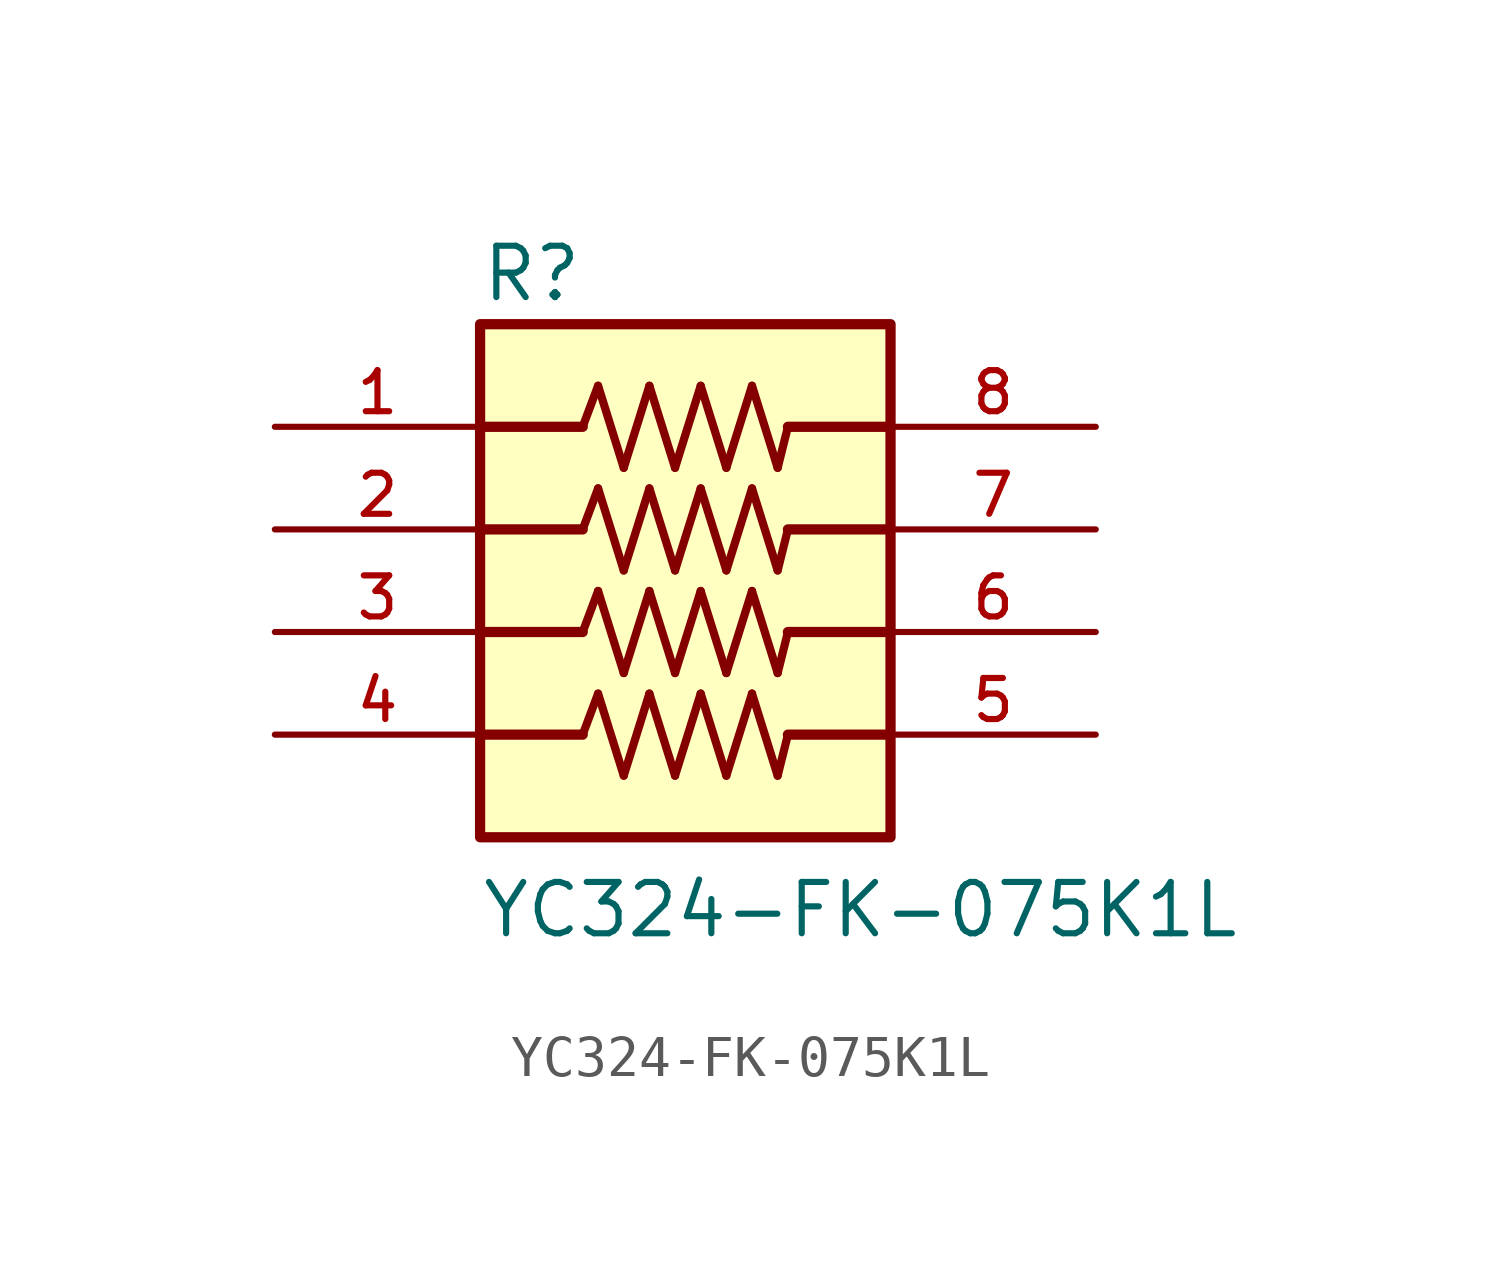
<source format=kicad_sym>
(kicad_symbol_lib
  (version 20211014)
  (generator kicad_symbol_editor)
  (symbol "YC324-FK-075K1L"
    (pin_names
      (offset 1.016))
    (property "Reference" "R"
      (at -5.08 8.128 0)
      (effects (font (size 1.27 1.27)) (justify bottom left)))
    (property "Value" "YC324-FK-075K1L"
      (at -5.08 -7.62 0)
      (effects (font (size 1.27 1.27)) (justify bottom left)))
    (symbol "YC324-FK-075K1L_0_0"
      (polyline (pts (xy -2.54 5.08) (xy -2.159 6.096)) (stroke (width 0.203)))
      (polyline (pts (xy -2.159 6.096) (xy -1.524 4.064)) (stroke (width 0.203)))
      (polyline (pts (xy -1.524 4.064) (xy -0.889 6.096)) (stroke (width 0.203)))
      (polyline (pts (xy -0.889 6.096) (xy -0.254 4.064)) (stroke (width 0.203)))
      (polyline (pts (xy -0.254 4.064) (xy 0.381 6.096)) (stroke (width 0.203)))
      (polyline (pts (xy 0.381 6.096) (xy 1.016 4.064)) (stroke (width 0.203)))
      (polyline (pts (xy 1.016 4.064) (xy 1.651 6.096)) (stroke (width 0.203)))
      (polyline (pts (xy 1.651 6.096) (xy 2.286 4.064)) (stroke (width 0.203)))
      (polyline (pts (xy 2.286 4.064) (xy 2.54 5.08)) (stroke (width 0.203)))
      (polyline (pts (xy -2.54 2.54) (xy -2.159 3.556)) (stroke (width 0.203)))
      (polyline (pts (xy -2.159 3.556) (xy -1.524 1.524)) (stroke (width 0.203)))
      (polyline (pts (xy -1.524 1.524) (xy -0.889 3.556)) (stroke (width 0.203)))
      (polyline (pts (xy -0.889 3.556) (xy -0.254 1.524)) (stroke (width 0.203)))
      (polyline (pts (xy -0.254 1.524) (xy 0.381 3.556)) (stroke (width 0.203)))
      (polyline (pts (xy 0.381 3.556) (xy 1.016 1.524)) (stroke (width 0.203)))
      (polyline (pts (xy 1.016 1.524) (xy 1.651 3.556)) (stroke (width 0.203)))
      (polyline (pts (xy 1.651 3.556) (xy 2.286 1.524)) (stroke (width 0.203)))
      (polyline (pts (xy 2.286 1.524) (xy 2.54 2.54)) (stroke (width 0.203)))
      (polyline (pts (xy -2.54 0.0) (xy -2.159 1.016)) (stroke (width 0.203)))
      (polyline (pts (xy -2.159 1.016) (xy -1.524 -1.016)) (stroke (width 0.203)))
      (polyline (pts (xy -1.524 -1.016) (xy -0.889 1.016)) (stroke (width 0.203)))
      (polyline (pts (xy -0.889 1.016) (xy -0.254 -1.016)) (stroke (width 0.203)))
      (polyline (pts (xy -0.254 -1.016) (xy 0.381 1.016)) (stroke (width 0.203)))
      (polyline (pts (xy 0.381 1.016) (xy 1.016 -1.016)) (stroke (width 0.203)))
      (polyline (pts (xy 1.016 -1.016) (xy 1.651 1.016)) (stroke (width 0.203)))
      (polyline (pts (xy 1.651 1.016) (xy 2.286 -1.016)) (stroke (width 0.203)))
      (polyline (pts (xy 2.286 -1.016) (xy 2.54 0.0)) (stroke (width 0.203)))
      (polyline (pts (xy -2.54 -2.54) (xy -2.159 -1.524)) (stroke (width 0.203)))
      (polyline (pts (xy -2.159 -1.524) (xy -1.524 -3.556)) (stroke (width 0.203)))
      (polyline (pts (xy -1.524 -3.556) (xy -0.889 -1.524)) (stroke (width 0.203)))
      (polyline (pts (xy -0.889 -1.524) (xy -0.254 -3.556)) (stroke (width 0.203)))
      (polyline (pts (xy -0.254 -3.556) (xy 0.381 -1.524)) (stroke (width 0.203)))
      (polyline (pts (xy 0.381 -1.524) (xy 1.016 -3.556)) (stroke (width 0.203)))
      (polyline (pts (xy 1.016 -3.556) (xy 1.651 -1.524)) (stroke (width 0.203)))
      (polyline (pts (xy 1.651 -1.524) (xy 2.286 -3.556)) (stroke (width 0.203)))
      (polyline (pts (xy 2.286 -3.556) (xy 2.54 -2.54)) (stroke (width 0.203)))
      (polyline (pts (xy -2.54 5.08) (xy -5.08 5.08)) (stroke (width 0.254)))
      (polyline (pts (xy -2.54 2.54) (xy -5.08 2.54)) (stroke (width 0.254)))
      (polyline (pts (xy -2.54 0.0) (xy -5.08 0.0)) (stroke (width 0.254)))
      (polyline (pts (xy -2.54 -2.54) (xy -5.08 -2.54)) (stroke (width 0.254)))
      (polyline (pts (xy 5.08 5.08) (xy 2.54 5.08)) (stroke (width 0.254)))
      (polyline (pts (xy 5.08 2.54) (xy 2.54 2.54)) (stroke (width 0.254)))
      (polyline (pts (xy 5.08 0.0) (xy 2.54 0.0)) (stroke (width 0.254)))
      (polyline (pts (xy 5.08 -2.54) (xy 2.54 -2.54)) (stroke (width 0.254)))
      (rectangle (start -5.08 -5.08) (end 5.08 7.62) (stroke (width 0.254)) (fill (type background)))
      (pin passive line (at 10.16 5.08 180.0) (length 5.08) (name "~" (effects (font (size 1.016 1.016)))) (number "8" (effects (font (size 1.016 1.016)))))
      (pin passive line (at -10.16 5.08 0) (length 5.08) (name "~" (effects (font (size 1.016 1.016)))) (number "1" (effects (font (size 1.016 1.016)))))
      (pin passive line (at 10.16 2.54 180.0) (length 5.08) (name "~" (effects (font (size 1.016 1.016)))) (number "7" (effects (font (size 1.016 1.016)))))
      (pin passive line (at -10.16 2.54 0) (length 5.08) (name "~" (effects (font (size 1.016 1.016)))) (number "2" (effects (font (size 1.016 1.016)))))
      (pin passive line (at 10.16 0.0 180.0) (length 5.08) (name "~" (effects (font (size 1.016 1.016)))) (number "6" (effects (font (size 1.016 1.016)))))
      (pin passive line (at -10.16 0.0 0) (length 5.08) (name "~" (effects (font (size 1.016 1.016)))) (number "3" (effects (font (size 1.016 1.016)))))
      (pin passive line (at 10.16 -2.54 180.0) (length 5.08) (name "~" (effects (font (size 1.016 1.016)))) (number "5" (effects (font (size 1.016 1.016)))))
      (pin passive line (at -10.16 -2.54 0) (length 5.08) (name "~" (effects (font (size 1.016 1.016)))) (number "4" (effects (font (size 1.016 1.016))))))))
</source>
